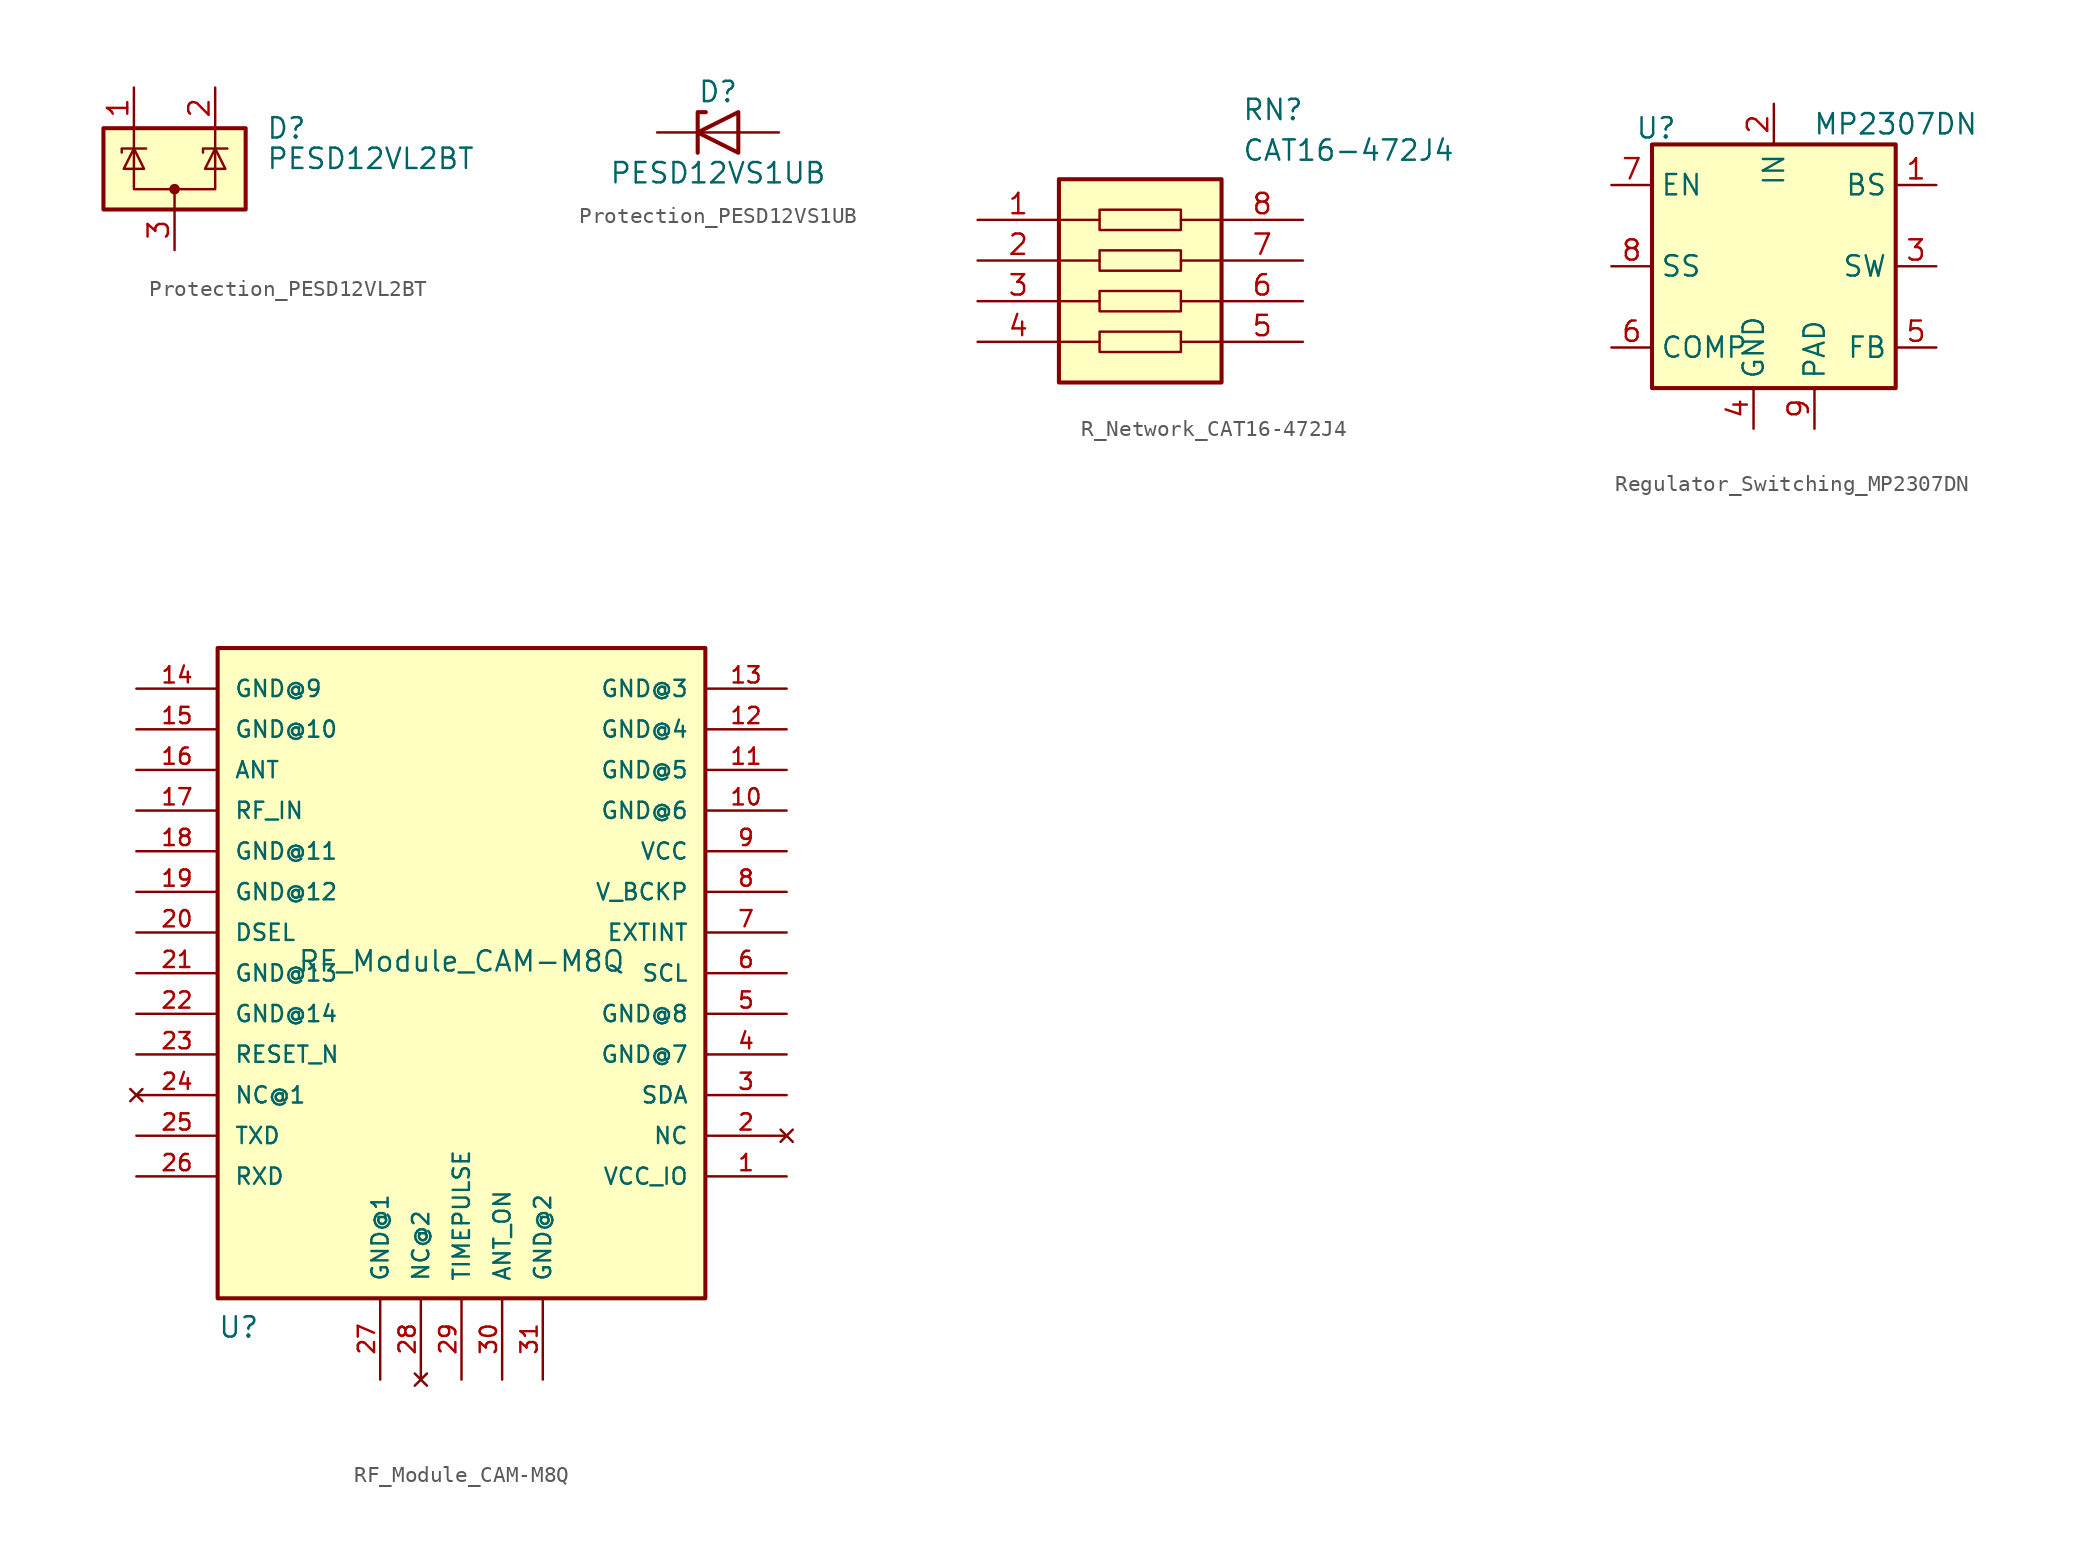
<source format=kicad_sym>
(kicad_symbol_lib
  (version 20241209)
  (generator "kicad_symbol_editor")
  (generator_version "9.0")
  (symbol "Protection_PESD12VL2BT"
    (pin_names
      (hide yes))
    (property "Reference" "D"
      (at 5.715 2.54 0)
      (effects (font (size 1.27 1.27)) (justify left)))
    (property "Value" "PESD12VL2BT"
      (at 5.715 0.635 0)
      (effects (font (size 1.27 1.27)) (justify left)))
    (symbol "Protection_PESD12VL2BT_0_0"
      (pin passive line (at 0 -5.08 90) (length 2.54) (name "A" (effects (font (size 1.27 1.27)))) (number "3" (effects (font (size 1.27 1.27))))))
    (symbol "Protection_PESD12VL2BT_0_1"
      (rectangle (start -4.445 2.54) (end 4.445 -2.54) (stroke (width 0.254) (type default)) (fill (type background)))
      (polyline (pts (xy -3.302 1.016) (xy -3.302 1.27) (xy -1.905 1.27) (xy -1.778 1.27)) (stroke (width 0) (type default)) (fill (type none)))
      (polyline (pts (xy -2.54 2.54) (xy -2.54 1.27)) (stroke (width 0) (type default)) (fill (type none)))
      (polyline (pts (xy -2.54 1.27) (xy -2.54 -1.27) (xy 2.54 -1.27) (xy 2.54 1.27)) (stroke (width 0) (type default)) (fill (type none)))
      (polyline (pts (xy -2.54 1.27) (xy -1.905 0) (xy -3.175 0) (xy -2.54 1.27)) (stroke (width 0) (type default)) (fill (type none)))
      (polyline (pts (xy 0 -1.27) (xy 0 -2.54)) (stroke (width 0) (type default)) (fill (type none)))
      (circle (center 0 -1.27) (radius 0.254) (stroke (width 0) (type default)) (fill (type outline)))
      (polyline (pts (xy 1.778 1.016) (xy 1.778 1.27) (xy 3.175 1.27) (xy 3.302 1.27)) (stroke (width 0) (type default)) (fill (type none)))
      (polyline (pts (xy 2.54 2.54) (xy 2.54 1.27)) (stroke (width 0) (type default)) (fill (type none)))
      (polyline (pts (xy 2.54 1.27) (xy 1.905 0) (xy 3.175 0) (xy 2.54 1.27)) (stroke (width 0) (type default)) (fill (type none))))
    (symbol "Protection_PESD12VL2BT_1_1"
      (pin passive line (at -2.54 5.08 270) (length 2.54) (name "K" (effects (font (size 1.27 1.27)))) (number "1" (effects (font (size 1.27 1.27)))))
      (pin passive line (at 2.54 5.08 270) (length 2.54) (name "K" (effects (font (size 1.27 1.27)))) (number "2" (effects (font (size 1.27 1.27)))))))
  (symbol "Protection_PESD12VS1UB"
    (pin_numbers
      (hide yes))
    (pin_names
      (offset 1.016)
      (hide yes))
    (property "Reference" "D"
      (at 0 2.54 0)
      (effects (font (size 1.27 1.27))))
    (property "Value" "PESD12VS1UB"
      (at 0 -2.54 0)
      (effects (font (size 1.27 1.27))))
    (symbol "Protection_PESD12VS1UB_0_1"
      (polyline (pts (xy -1.27 -1.27) (xy -1.27 1.27) (xy -0.762 1.27)) (stroke (width 0.254) (type default)) (fill (type none)))
      (polyline (pts (xy 1.27 0) (xy -1.27 0)) (stroke (width 0) (type default)) (fill (type none)))
      (polyline (pts (xy 1.27 -1.27) (xy 1.27 1.27) (xy -1.27 0) (xy 1.27 -1.27)) (stroke (width 0.254) (type default)) (fill (type none))))
    (symbol "Protection_PESD12VS1UB_1_1"
      (pin passive line (at -3.81 0 0) (length 2.54) (name "K" (effects (font (size 1.27 1.27)))) (number "1" (effects (font (size 1.27 1.27)))))
      (pin passive line (at 3.81 0 180) (length 2.54) (name "A" (effects (font (size 1.27 1.27)))) (number "2" (effects (font (size 1.27 1.27)))))))
  (symbol "R_Network_CAT16-472J4"
    (pin_names
      (hide yes))
    (property "Reference" "RN"
      (at 16.51 7.62 0)
      (effects (font (size 1.27 1.27)) (justify left top)))
    (property "Value" "CAT16-472J4"
      (at 16.51 5.08 0)
      (effects (font (size 1.27 1.27)) (justify left top)))
    (symbol "R_Network_CAT16-472J4_0_1"
      (polyline (pts (xy 5.08 0) (xy 7.62 0)) (stroke (width 0) (type default)) (fill (type none)))
      (polyline (pts (xy 5.08 -2.54) (xy 7.62 -2.54)) (stroke (width 0) (type default)) (fill (type none)))
      (polyline (pts (xy 5.08 -5.08) (xy 7.62 -5.08)) (stroke (width 0) (type default)) (fill (type none)))
      (polyline (pts (xy 5.08 -7.62) (xy 7.62 -7.62)) (stroke (width 0) (type default)) (fill (type none)))
      (rectangle (start 7.62 0.635) (end 12.7 -0.635) (stroke (width 0) (type default)) (fill (type none)))
      (rectangle (start 7.62 -1.905) (end 12.7 -3.175) (stroke (width 0) (type default)) (fill (type none)))
      (rectangle (start 7.62 -4.445) (end 12.7 -5.715) (stroke (width 0) (type default)) (fill (type none)))
      (rectangle (start 7.62 -6.985) (end 12.7 -8.255) (stroke (width 0) (type default)) (fill (type none)))
      (polyline (pts (xy 12.7 0) (xy 15.24 0)) (stroke (width 0) (type default)) (fill (type none)))
      (polyline (pts (xy 12.7 -2.54) (xy 15.24 -2.54)) (stroke (width 0) (type default)) (fill (type none)))
      (polyline (pts (xy 12.7 -5.08) (xy 15.24 -5.08)) (stroke (width 0) (type default)) (fill (type none)))
      (polyline (pts (xy 12.7 -7.62) (xy 15.24 -7.62)) (stroke (width 0) (type default)) (fill (type none))))
    (symbol "R_Network_CAT16-472J4_1_1"
      (rectangle (start 5.08 2.54) (end 15.24 -10.16) (stroke (width 0.254) (type default)) (fill (type background)))
      (pin passive line (at 0 0 0) (length 5.08) (name "1" (effects (font (size 1.27 1.27)))) (number "1" (effects (font (size 1.27 1.27)))))
      (pin passive line (at 0 -2.54 0) (length 5.08) (name "2" (effects (font (size 1.27 1.27)))) (number "2" (effects (font (size 1.27 1.27)))))
      (pin passive line (at 0 -5.08 0) (length 5.08) (name "3" (effects (font (size 1.27 1.27)))) (number "3" (effects (font (size 1.27 1.27)))))
      (pin passive line (at 0 -7.62 0) (length 5.08) (name "4" (effects (font (size 1.27 1.27)))) (number "4" (effects (font (size 1.27 1.27)))))
      (pin passive line (at 20.32 0 180) (length 5.08) (name "8" (effects (font (size 1.27 1.27)))) (number "8" (effects (font (size 1.27 1.27)))))
      (pin passive line (at 20.32 -2.54 180) (length 5.08) (name "7" (effects (font (size 1.27 1.27)))) (number "7" (effects (font (size 1.27 1.27)))))
      (pin passive line (at 20.32 -5.08 180) (length 5.08) (name "6" (effects (font (size 1.27 1.27)))) (number "6" (effects (font (size 1.27 1.27)))))
      (pin passive line (at 20.32 -7.62 180) (length 5.08) (name "5" (effects (font (size 1.27 1.27)))) (number "5" (effects (font (size 1.27 1.27)))))))
  (symbol "Regulator_Switching_MP2307DN"
    (property "Reference" "U"
      (at -7.366 8.636 0)
      (effects (font (size 1.27 1.27))))
    (property "Value" "MP2307DN"
      (at 7.62 8.89 0)
      (effects (font (size 1.27 1.27))))
    (symbol "Regulator_Switching_MP2307DN_0_1"
      (rectangle (start -7.62 7.62) (end 7.62 -7.62) (stroke (width 0.254) (type default)) (fill (type background))))
    (symbol "Regulator_Switching_MP2307DN_1_0"
      (pin power_in line (at 2.54 -10.16 90) (length 2.54) (name "PAD" (effects (font (size 1.27 1.27)))) (number "9" (effects (font (size 1.27 1.27))))))
    (symbol "Regulator_Switching_MP2307DN_1_1"
      (pin input line (at -10.16 5.08 0) (length 2.54) (name "EN" (effects (font (size 1.27 1.27)))) (number "7" (effects (font (size 1.27 1.27)))))
      (pin input line (at -10.16 0 0) (length 2.54) (name "SS" (effects (font (size 1.27 1.27)))) (number "8" (effects (font (size 1.27 1.27)))))
      (pin passive line (at -10.16 -5.08 0) (length 2.54) (name "COMP" (effects (font (size 1.27 1.27)))) (number "6" (effects (font (size 1.27 1.27)))))
      (pin power_in line (at -1.27 -10.16 90) (length 2.54) (name "GND" (effects (font (size 1.27 1.27)))) (number "4" (effects (font (size 1.27 1.27)))))
      (pin power_in line (at 0 10.16 270) (length 2.54) (name "IN" (effects (font (size 1.27 1.27)))) (number "2" (effects (font (size 1.27 1.27)))))
      (pin passive line (at 10.16 5.08 180) (length 2.54) (name "BS" (effects (font (size 1.27 1.27)))) (number "1" (effects (font (size 1.27 1.27)))))
      (pin output line (at 10.16 0 180) (length 2.54) (name "SW" (effects (font (size 1.27 1.27)))) (number "3" (effects (font (size 1.27 1.27)))))
      (pin input line (at 10.16 -5.08 180) (length 2.54) (name "FB" (effects (font (size 1.27 1.27)))) (number "5" (effects (font (size 1.27 1.27)))))))
  (symbol "RF_Module_CAM-M8Q"
    (pin_names
      (offset 1.016))
    (property "Reference" "U"
      (at -15.236 -22.873 0)
      (effects (font (size 1.27 1.27)) (justify left bottom)))
    (property "Value" "RF_Module_CAM-M8Q"
      (at 0 0 0)
      (effects (font (size 1.27 1.27)) (justify bottom)))
    (symbol "RF_Module_CAM-M8Q_0_0"
      (rectangle (start -15.24 20.32) (end 15.24 -20.32) (stroke (width 0.254) (type default)) (fill (type background)))
      (pin power_in line (at -20.32 17.78 0) (length 5.08) (name "GND@9" (effects (font (size 1.016 1.016)))) (number "14" (effects (font (size 1.016 1.016)))))
      (pin power_in line (at -20.32 15.24 0) (length 5.08) (name "GND@10" (effects (font (size 1.016 1.016)))) (number "15" (effects (font (size 1.016 1.016)))))
      (pin bidirectional line (at -20.32 12.7 0) (length 5.08) (name "ANT" (effects (font (size 1.016 1.016)))) (number "16" (effects (font (size 1.016 1.016)))))
      (pin input line (at -20.32 10.16 0) (length 5.08) (name "RF_IN" (effects (font (size 1.016 1.016)))) (number "17" (effects (font (size 1.016 1.016)))))
      (pin power_in line (at -20.32 7.62 0) (length 5.08) (name "GND@11" (effects (font (size 1.016 1.016)))) (number "18" (effects (font (size 1.016 1.016)))))
      (pin power_in line (at -20.32 5.08 0) (length 5.08) (name "GND@12" (effects (font (size 1.016 1.016)))) (number "19" (effects (font (size 1.016 1.016)))))
      (pin passive line (at -20.32 2.54 0) (length 5.08) (name "DSEL" (effects (font (size 1.016 1.016)))) (number "20" (effects (font (size 1.016 1.016)))))
      (pin power_in line (at -20.32 0 0) (length 5.08) (name "GND@13" (effects (font (size 1.016 1.016)))) (number "21" (effects (font (size 1.016 1.016)))))
      (pin power_in line (at -20.32 -2.54 0) (length 5.08) (name "GND@14" (effects (font (size 1.016 1.016)))) (number "22" (effects (font (size 1.016 1.016)))))
      (pin passive line (at -20.32 -5.08 0) (length 5.08) (name "RESET_N" (effects (font (size 1.016 1.016)))) (number "23" (effects (font (size 1.016 1.016)))))
      (pin no_connect line (at -20.32 -7.62 0) (length 5.08) (name "NC@1" (effects (font (size 1.016 1.016)))) (number "24" (effects (font (size 1.016 1.016)))))
      (pin output line (at -20.32 -10.16 0) (length 5.08) (name "TXD" (effects (font (size 1.016 1.016)))) (number "25" (effects (font (size 1.016 1.016)))))
      (pin input line (at -20.32 -12.7 0) (length 5.08) (name "RXD" (effects (font (size 1.016 1.016)))) (number "26" (effects (font (size 1.016 1.016)))))
      (pin power_in line (at -5.08 -25.4 90) (length 5.08) (name "GND@1" (effects (font (size 1.016 1.016)))) (number "27" (effects (font (size 1.016 1.016)))))
      (pin no_connect line (at -2.54 -25.4 90) (length 5.08) (name "NC@2" (effects (font (size 1.016 1.016)))) (number "28" (effects (font (size 1.016 1.016)))))
      (pin output line (at 0 -25.4 90) (length 5.08) (name "TIMEPULSE" (effects (font (size 1.016 1.016)))) (number "29" (effects (font (size 1.016 1.016)))))
      (pin bidirectional line (at 2.54 -25.4 90) (length 5.08) (name "ANT_ON" (effects (font (size 1.016 1.016)))) (number "30" (effects (font (size 1.016 1.016)))))
      (pin power_in line (at 5.08 -25.4 90) (length 5.08) (name "GND@2" (effects (font (size 1.016 1.016)))) (number "31" (effects (font (size 1.016 1.016)))))
      (pin power_in line (at 20.32 17.78 180) (length 5.08) (name "GND@3" (effects (font (size 1.016 1.016)))) (number "13" (effects (font (size 1.016 1.016)))))
      (pin power_in line (at 20.32 15.24 180) (length 5.08) (name "GND@4" (effects (font (size 1.016 1.016)))) (number "12" (effects (font (size 1.016 1.016)))))
      (pin power_in line (at 20.32 12.7 180) (length 5.08) (name "GND@5" (effects (font (size 1.016 1.016)))) (number "11" (effects (font (size 1.016 1.016)))))
      (pin power_in line (at 20.32 10.16 180) (length 5.08) (name "GND@6" (effects (font (size 1.016 1.016)))) (number "10" (effects (font (size 1.016 1.016)))))
      (pin power_in line (at 20.32 7.62 180) (length 5.08) (name "VCC" (effects (font (size 1.016 1.016)))) (number "9" (effects (font (size 1.016 1.016)))))
      (pin passive line (at 20.32 5.08 180) (length 5.08) (name "V_BCKP" (effects (font (size 1.016 1.016)))) (number "8" (effects (font (size 1.016 1.016)))))
      (pin passive line (at 20.32 2.54 180) (length 5.08) (name "EXTINT" (effects (font (size 1.016 1.016)))) (number "7" (effects (font (size 1.016 1.016)))))
      (pin bidirectional line (at 20.32 0 180) (length 5.08) (name "SCL" (effects (font (size 1.016 1.016)))) (number "6" (effects (font (size 1.016 1.016)))))
      (pin power_in line (at 20.32 -2.54 180) (length 5.08) (name "GND@8" (effects (font (size 1.016 1.016)))) (number "5" (effects (font (size 1.016 1.016)))))
      (pin power_in line (at 20.32 -5.08 180) (length 5.08) (name "GND@7" (effects (font (size 1.016 1.016)))) (number "4" (effects (font (size 1.016 1.016)))))
      (pin bidirectional line (at 20.32 -7.62 180) (length 5.08) (name "SDA" (effects (font (size 1.016 1.016)))) (number "3" (effects (font (size 1.016 1.016)))))
      (pin no_connect line (at 20.32 -10.16 180) (length 5.08) (name "NC" (effects (font (size 1.016 1.016)))) (number "2" (effects (font (size 1.016 1.016)))))
      (pin power_in line (at 20.32 -12.7 180) (length 5.08) (name "VCC_IO" (effects (font (size 1.016 1.016)))) (number "1" (effects (font (size 1.016 1.016))))))))
</source>
